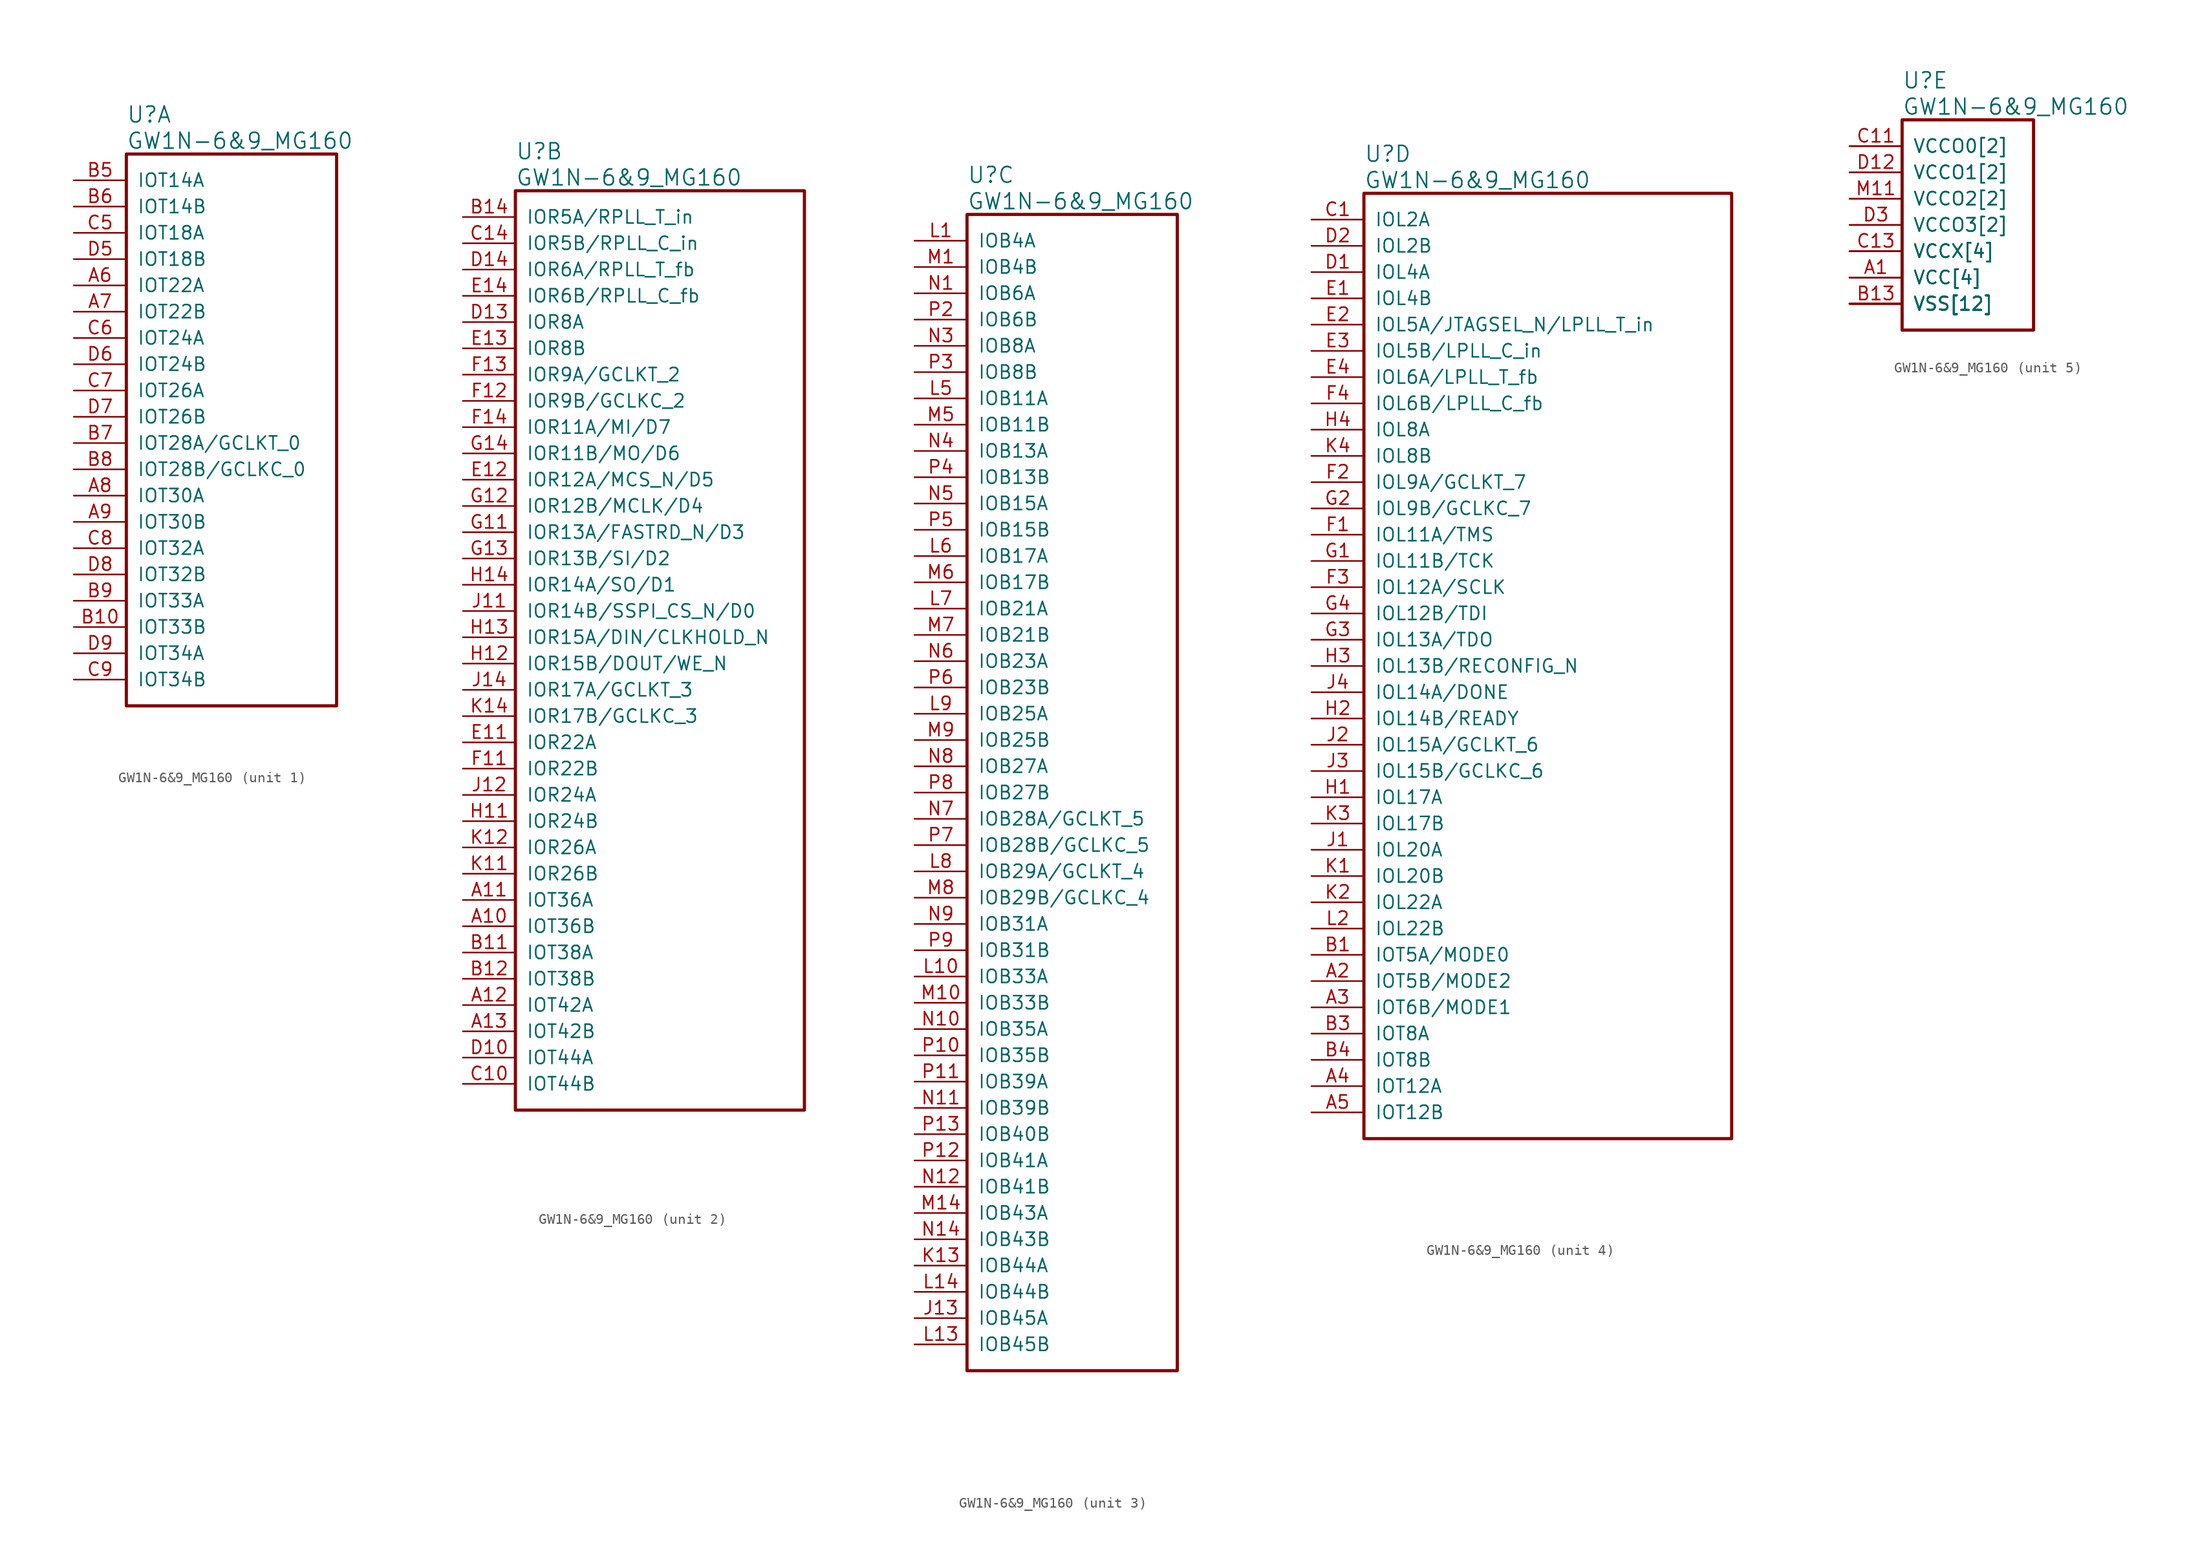
<source format=kicad_sym>
(kicad_symbol_lib
  (version 20220914)
  (generator kicad_symbol_editor)
  (symbol "GW1N-6&9_MG160"
    (pin_names
      (offset 1.016))
    (property "Reference" "U"
      (at 5.08 6.35 0)
      (effects (font (size 1.524 1.524)) (justify left)))
    (property "Value" "GW1N-6&9_MG160"
      (at 5.08 3.81 0)
      (effects (font (size 1.524 1.524)) (justify left)))
    (property "ki_locked" ""
      (at 0 0 0)
      (effects (font (size 1.27 1.27))))
    (symbol "GW1N-6&9_MG160_1_1"
      (rectangle (start 5.08 2.54) (end 25.4 -50.8) (stroke (width 0.305) (type solid)) (fill (type none)))
      (pin bidirectional line (at 0 -10.16 0) (length 5.08) (name "IOT22A" (effects (font (size 1.27 1.27)))) (number "A6" (effects (font (size 1.27 1.27)))))
      (pin bidirectional line (at 0 -12.7 0) (length 5.08) (name "IOT22B" (effects (font (size 1.27 1.27)))) (number "A7" (effects (font (size 1.27 1.27)))))
      (pin bidirectional line (at 0 -30.48 0) (length 5.08) (name "IOT30A" (effects (font (size 1.27 1.27)))) (number "A8" (effects (font (size 1.27 1.27)))))
      (pin bidirectional line (at 0 -33.02 0) (length 5.08) (name "IOT30B" (effects (font (size 1.27 1.27)))) (number "A9" (effects (font (size 1.27 1.27)))))
      (pin bidirectional line (at 0 -43.18 0) (length 5.08) (name "IOT33B" (effects (font (size 1.27 1.27)))) (number "B10" (effects (font (size 1.27 1.27)))))
      (pin bidirectional line (at 0 0 0) (length 5.08) (name "IOT14A" (effects (font (size 1.27 1.27)))) (number "B5" (effects (font (size 1.27 1.27)))))
      (pin bidirectional line (at 0 -2.54 0) (length 5.08) (name "IOT14B" (effects (font (size 1.27 1.27)))) (number "B6" (effects (font (size 1.27 1.27)))))
      (pin bidirectional line (at 0 -25.4 0) (length 5.08) (name "IOT28A/GCLKT_0" (effects (font (size 1.27 1.27)))) (number "B7" (effects (font (size 1.27 1.27)))))
      (pin bidirectional line (at 0 -27.94 0) (length 5.08) (name "IOT28B/GCLKC_0" (effects (font (size 1.27 1.27)))) (number "B8" (effects (font (size 1.27 1.27)))))
      (pin bidirectional line (at 0 -40.64 0) (length 5.08) (name "IOT33A" (effects (font (size 1.27 1.27)))) (number "B9" (effects (font (size 1.27 1.27)))))
      (pin bidirectional line (at 0 -5.08 0) (length 5.08) (name "IOT18A" (effects (font (size 1.27 1.27)))) (number "C5" (effects (font (size 1.27 1.27)))))
      (pin bidirectional line (at 0 -15.24 0) (length 5.08) (name "IOT24A" (effects (font (size 1.27 1.27)))) (number "C6" (effects (font (size 1.27 1.27)))))
      (pin bidirectional line (at 0 -20.32 0) (length 5.08) (name "IOT26A" (effects (font (size 1.27 1.27)))) (number "C7" (effects (font (size 1.27 1.27)))))
      (pin bidirectional line (at 0 -35.56 0) (length 5.08) (name "IOT32A" (effects (font (size 1.27 1.27)))) (number "C8" (effects (font (size 1.27 1.27)))))
      (pin bidirectional line (at 0 -48.26 0) (length 5.08) (name "IOT34B" (effects (font (size 1.27 1.27)))) (number "C9" (effects (font (size 1.27 1.27)))))
      (pin bidirectional line (at 0 -7.62 0) (length 5.08) (name "IOT18B" (effects (font (size 1.27 1.27)))) (number "D5" (effects (font (size 1.27 1.27)))))
      (pin bidirectional line (at 0 -17.78 0) (length 5.08) (name "IOT24B" (effects (font (size 1.27 1.27)))) (number "D6" (effects (font (size 1.27 1.27)))))
      (pin bidirectional line (at 0 -22.86 0) (length 5.08) (name "IOT26B" (effects (font (size 1.27 1.27)))) (number "D7" (effects (font (size 1.27 1.27)))))
      (pin bidirectional line (at 0 -38.1 0) (length 5.08) (name "IOT32B" (effects (font (size 1.27 1.27)))) (number "D8" (effects (font (size 1.27 1.27)))))
      (pin bidirectional line (at 0 -45.72 0) (length 5.08) (name "IOT34A" (effects (font (size 1.27 1.27)))) (number "D9" (effects (font (size 1.27 1.27))))))
    (symbol "GW1N-6&9_MG160_2_1"
      (rectangle (start 5.08 2.54) (end 33.02 -86.36) (stroke (width 0.305) (type solid)) (fill (type none)))
      (pin bidirectional line (at 0 -68.58 0) (length 5.08) (name "IOT36B" (effects (font (size 1.27 1.27)))) (number "A10" (effects (font (size 1.27 1.27)))))
      (pin bidirectional line (at 0 -66.04 0) (length 5.08) (name "IOT36A" (effects (font (size 1.27 1.27)))) (number "A11" (effects (font (size 1.27 1.27)))))
      (pin bidirectional line (at 0 -76.2 0) (length 5.08) (name "IOT42A" (effects (font (size 1.27 1.27)))) (number "A12" (effects (font (size 1.27 1.27)))))
      (pin bidirectional line (at 0 -78.74 0) (length 5.08) (name "IOT42B" (effects (font (size 1.27 1.27)))) (number "A13" (effects (font (size 1.27 1.27)))))
      (pin bidirectional line (at 0 -71.12 0) (length 5.08) (name "IOT38A" (effects (font (size 1.27 1.27)))) (number "B11" (effects (font (size 1.27 1.27)))))
      (pin bidirectional line (at 0 -73.66 0) (length 5.08) (name "IOT38B" (effects (font (size 1.27 1.27)))) (number "B12" (effects (font (size 1.27 1.27)))))
      (pin bidirectional line (at 0 0 0) (length 5.08) (name "IOR5A/RPLL_T_in" (effects (font (size 1.27 1.27)))) (number "B14" (effects (font (size 1.27 1.27)))))
      (pin bidirectional line (at 0 -83.82 0) (length 5.08) (name "IOT44B" (effects (font (size 1.27 1.27)))) (number "C10" (effects (font (size 1.27 1.27)))))
      (pin bidirectional line (at 0 -2.54 0) (length 5.08) (name "IOR5B/RPLL_C_in" (effects (font (size 1.27 1.27)))) (number "C14" (effects (font (size 1.27 1.27)))))
      (pin bidirectional line (at 0 -81.28 0) (length 5.08) (name "IOT44A" (effects (font (size 1.27 1.27)))) (number "D10" (effects (font (size 1.27 1.27)))))
      (pin bidirectional line (at 0 -10.16 0) (length 5.08) (name "IOR8A" (effects (font (size 1.27 1.27)))) (number "D13" (effects (font (size 1.27 1.27)))))
      (pin bidirectional line (at 0 -5.08 0) (length 5.08) (name "IOR6A/RPLL_T_fb" (effects (font (size 1.27 1.27)))) (number "D14" (effects (font (size 1.27 1.27)))))
      (pin bidirectional line (at 0 -50.8 0) (length 5.08) (name "IOR22A" (effects (font (size 1.27 1.27)))) (number "E11" (effects (font (size 1.27 1.27)))))
      (pin bidirectional line (at 0 -25.4 0) (length 5.08) (name "IOR12A/MCS_N/D5" (effects (font (size 1.27 1.27)))) (number "E12" (effects (font (size 1.27 1.27)))))
      (pin bidirectional line (at 0 -12.7 0) (length 5.08) (name "IOR8B" (effects (font (size 1.27 1.27)))) (number "E13" (effects (font (size 1.27 1.27)))))
      (pin bidirectional line (at 0 -7.62 0) (length 5.08) (name "IOR6B/RPLL_C_fb" (effects (font (size 1.27 1.27)))) (number "E14" (effects (font (size 1.27 1.27)))))
      (pin bidirectional line (at 0 -53.34 0) (length 5.08) (name "IOR22B" (effects (font (size 1.27 1.27)))) (number "F11" (effects (font (size 1.27 1.27)))))
      (pin bidirectional line (at 0 -17.78 0) (length 5.08) (name "IOR9B/GCLKC_2" (effects (font (size 1.27 1.27)))) (number "F12" (effects (font (size 1.27 1.27)))))
      (pin bidirectional line (at 0 -15.24 0) (length 5.08) (name "IOR9A/GCLKT_2" (effects (font (size 1.27 1.27)))) (number "F13" (effects (font (size 1.27 1.27)))))
      (pin bidirectional line (at 0 -20.32 0) (length 5.08) (name "IOR11A/MI/D7" (effects (font (size 1.27 1.27)))) (number "F14" (effects (font (size 1.27 1.27)))))
      (pin bidirectional line (at 0 -30.48 0) (length 5.08) (name "IOR13A/FASTRD_N/D3" (effects (font (size 1.27 1.27)))) (number "G11" (effects (font (size 1.27 1.27)))))
      (pin bidirectional line (at 0 -27.94 0) (length 5.08) (name "IOR12B/MCLK/D4" (effects (font (size 1.27 1.27)))) (number "G12" (effects (font (size 1.27 1.27)))))
      (pin bidirectional line (at 0 -33.02 0) (length 5.08) (name "IOR13B/SI/D2" (effects (font (size 1.27 1.27)))) (number "G13" (effects (font (size 1.27 1.27)))))
      (pin bidirectional line (at 0 -22.86 0) (length 5.08) (name "IOR11B/MO/D6" (effects (font (size 1.27 1.27)))) (number "G14" (effects (font (size 1.27 1.27)))))
      (pin bidirectional line (at 0 -58.42 0) (length 5.08) (name "IOR24B" (effects (font (size 1.27 1.27)))) (number "H11" (effects (font (size 1.27 1.27)))))
      (pin bidirectional line (at 0 -43.18 0) (length 5.08) (name "IOR15B/DOUT/WE_N" (effects (font (size 1.27 1.27)))) (number "H12" (effects (font (size 1.27 1.27)))))
      (pin bidirectional line (at 0 -40.64 0) (length 5.08) (name "IOR15A/DIN/CLKHOLD_N" (effects (font (size 1.27 1.27)))) (number "H13" (effects (font (size 1.27 1.27)))))
      (pin bidirectional line (at 0 -35.56 0) (length 5.08) (name "IOR14A/SO/D1" (effects (font (size 1.27 1.27)))) (number "H14" (effects (font (size 1.27 1.27)))))
      (pin bidirectional line (at 0 -38.1 0) (length 5.08) (name "IOR14B/SSPI_CS_N/D0" (effects (font (size 1.27 1.27)))) (number "J11" (effects (font (size 1.27 1.27)))))
      (pin bidirectional line (at 0 -55.88 0) (length 5.08) (name "IOR24A" (effects (font (size 1.27 1.27)))) (number "J12" (effects (font (size 1.27 1.27)))))
      (pin bidirectional line (at 0 -45.72 0) (length 5.08) (name "IOR17A/GCLKT_3" (effects (font (size 1.27 1.27)))) (number "J14" (effects (font (size 1.27 1.27)))))
      (pin bidirectional line (at 0 -63.5 0) (length 5.08) (name "IOR26B" (effects (font (size 1.27 1.27)))) (number "K11" (effects (font (size 1.27 1.27)))))
      (pin bidirectional line (at 0 -60.96 0) (length 5.08) (name "IOR26A" (effects (font (size 1.27 1.27)))) (number "K12" (effects (font (size 1.27 1.27)))))
      (pin bidirectional line (at 0 -48.26 0) (length 5.08) (name "IOR17B/GCLKC_3" (effects (font (size 1.27 1.27)))) (number "K14" (effects (font (size 1.27 1.27))))))
    (symbol "GW1N-6&9_MG160_3_1"
      (rectangle (start 5.08 2.54) (end 25.4 -109.22) (stroke (width 0.305) (type solid)) (fill (type none)))
      (pin bidirectional line (at 0 -104.14 0) (length 5.08) (name "IOB45A" (effects (font (size 1.27 1.27)))) (number "J13" (effects (font (size 1.27 1.27)))))
      (pin bidirectional line (at 0 -99.06 0) (length 5.08) (name "IOB44A" (effects (font (size 1.27 1.27)))) (number "K13" (effects (font (size 1.27 1.27)))))
      (pin bidirectional line (at 0 0 0) (length 5.08) (name "IOB4A" (effects (font (size 1.27 1.27)))) (number "L1" (effects (font (size 1.27 1.27)))))
      (pin bidirectional line (at 0 -71.12 0) (length 5.08) (name "IOB33A" (effects (font (size 1.27 1.27)))) (number "L10" (effects (font (size 1.27 1.27)))))
      (pin bidirectional line (at 0 -106.68 0) (length 5.08) (name "IOB45B" (effects (font (size 1.27 1.27)))) (number "L13" (effects (font (size 1.27 1.27)))))
      (pin bidirectional line (at 0 -101.6 0) (length 5.08) (name "IOB44B" (effects (font (size 1.27 1.27)))) (number "L14" (effects (font (size 1.27 1.27)))))
      (pin bidirectional line (at 0 -15.24 0) (length 5.08) (name "IOB11A" (effects (font (size 1.27 1.27)))) (number "L5" (effects (font (size 1.27 1.27)))))
      (pin bidirectional line (at 0 -30.48 0) (length 5.08) (name "IOB17A" (effects (font (size 1.27 1.27)))) (number "L6" (effects (font (size 1.27 1.27)))))
      (pin bidirectional line (at 0 -35.56 0) (length 5.08) (name "IOB21A" (effects (font (size 1.27 1.27)))) (number "L7" (effects (font (size 1.27 1.27)))))
      (pin bidirectional line (at 0 -60.96 0) (length 5.08) (name "IOB29A/GCLKT_4" (effects (font (size 1.27 1.27)))) (number "L8" (effects (font (size 1.27 1.27)))))
      (pin bidirectional line (at 0 -45.72 0) (length 5.08) (name "IOB25A" (effects (font (size 1.27 1.27)))) (number "L9" (effects (font (size 1.27 1.27)))))
      (pin bidirectional line (at 0 -2.54 0) (length 5.08) (name "IOB4B" (effects (font (size 1.27 1.27)))) (number "M1" (effects (font (size 1.27 1.27)))))
      (pin bidirectional line (at 0 -73.66 0) (length 5.08) (name "IOB33B" (effects (font (size 1.27 1.27)))) (number "M10" (effects (font (size 1.27 1.27)))))
      (pin bidirectional line (at 0 -93.98 0) (length 5.08) (name "IOB43A" (effects (font (size 1.27 1.27)))) (number "M14" (effects (font (size 1.27 1.27)))))
      (pin bidirectional line (at 0 -17.78 0) (length 5.08) (name "IOB11B" (effects (font (size 1.27 1.27)))) (number "M5" (effects (font (size 1.27 1.27)))))
      (pin bidirectional line (at 0 -33.02 0) (length 5.08) (name "IOB17B" (effects (font (size 1.27 1.27)))) (number "M6" (effects (font (size 1.27 1.27)))))
      (pin bidirectional line (at 0 -38.1 0) (length 5.08) (name "IOB21B" (effects (font (size 1.27 1.27)))) (number "M7" (effects (font (size 1.27 1.27)))))
      (pin bidirectional line (at 0 -63.5 0) (length 5.08) (name "IOB29B/GCLKC_4" (effects (font (size 1.27 1.27)))) (number "M8" (effects (font (size 1.27 1.27)))))
      (pin bidirectional line (at 0 -48.26 0) (length 5.08) (name "IOB25B" (effects (font (size 1.27 1.27)))) (number "M9" (effects (font (size 1.27 1.27)))))
      (pin bidirectional line (at 0 -5.08 0) (length 5.08) (name "IOB6A" (effects (font (size 1.27 1.27)))) (number "N1" (effects (font (size 1.27 1.27)))))
      (pin bidirectional line (at 0 -76.2 0) (length 5.08) (name "IOB35A" (effects (font (size 1.27 1.27)))) (number "N10" (effects (font (size 1.27 1.27)))))
      (pin bidirectional line (at 0 -83.82 0) (length 5.08) (name "IOB39B" (effects (font (size 1.27 1.27)))) (number "N11" (effects (font (size 1.27 1.27)))))
      (pin bidirectional line (at 0 -91.44 0) (length 5.08) (name "IOB41B" (effects (font (size 1.27 1.27)))) (number "N12" (effects (font (size 1.27 1.27)))))
      (pin bidirectional line (at 0 -96.52 0) (length 5.08) (name "IOB43B" (effects (font (size 1.27 1.27)))) (number "N14" (effects (font (size 1.27 1.27)))))
      (pin bidirectional line (at 0 -10.16 0) (length 5.08) (name "IOB8A" (effects (font (size 1.27 1.27)))) (number "N3" (effects (font (size 1.27 1.27)))))
      (pin bidirectional line (at 0 -20.32 0) (length 5.08) (name "IOB13A" (effects (font (size 1.27 1.27)))) (number "N4" (effects (font (size 1.27 1.27)))))
      (pin bidirectional line (at 0 -25.4 0) (length 5.08) (name "IOB15A" (effects (font (size 1.27 1.27)))) (number "N5" (effects (font (size 1.27 1.27)))))
      (pin bidirectional line (at 0 -40.64 0) (length 5.08) (name "IOB23A" (effects (font (size 1.27 1.27)))) (number "N6" (effects (font (size 1.27 1.27)))))
      (pin bidirectional line (at 0 -55.88 0) (length 5.08) (name "IOB28A/GCLKT_5" (effects (font (size 1.27 1.27)))) (number "N7" (effects (font (size 1.27 1.27)))))
      (pin bidirectional line (at 0 -50.8 0) (length 5.08) (name "IOB27A" (effects (font (size 1.27 1.27)))) (number "N8" (effects (font (size 1.27 1.27)))))
      (pin bidirectional line (at 0 -66.04 0) (length 5.08) (name "IOB31A" (effects (font (size 1.27 1.27)))) (number "N9" (effects (font (size 1.27 1.27)))))
      (pin bidirectional line (at 0 -78.74 0) (length 5.08) (name "IOB35B" (effects (font (size 1.27 1.27)))) (number "P10" (effects (font (size 1.27 1.27)))))
      (pin bidirectional line (at 0 -81.28 0) (length 5.08) (name "IOB39A" (effects (font (size 1.27 1.27)))) (number "P11" (effects (font (size 1.27 1.27)))))
      (pin bidirectional line (at 0 -88.9 0) (length 5.08) (name "IOB41A" (effects (font (size 1.27 1.27)))) (number "P12" (effects (font (size 1.27 1.27)))))
      (pin bidirectional line (at 0 -86.36 0) (length 5.08) (name "IOB40B" (effects (font (size 1.27 1.27)))) (number "P13" (effects (font (size 1.27 1.27)))))
      (pin bidirectional line (at 0 -7.62 0) (length 5.08) (name "IOB6B" (effects (font (size 1.27 1.27)))) (number "P2" (effects (font (size 1.27 1.27)))))
      (pin bidirectional line (at 0 -12.7 0) (length 5.08) (name "IOB8B" (effects (font (size 1.27 1.27)))) (number "P3" (effects (font (size 1.27 1.27)))))
      (pin bidirectional line (at 0 -22.86 0) (length 5.08) (name "IOB13B" (effects (font (size 1.27 1.27)))) (number "P4" (effects (font (size 1.27 1.27)))))
      (pin bidirectional line (at 0 -27.94 0) (length 5.08) (name "IOB15B" (effects (font (size 1.27 1.27)))) (number "P5" (effects (font (size 1.27 1.27)))))
      (pin bidirectional line (at 0 -43.18 0) (length 5.08) (name "IOB23B" (effects (font (size 1.27 1.27)))) (number "P6" (effects (font (size 1.27 1.27)))))
      (pin bidirectional line (at 0 -58.42 0) (length 5.08) (name "IOB28B/GCLKC_5" (effects (font (size 1.27 1.27)))) (number "P7" (effects (font (size 1.27 1.27)))))
      (pin bidirectional line (at 0 -53.34 0) (length 5.08) (name "IOB27B" (effects (font (size 1.27 1.27)))) (number "P8" (effects (font (size 1.27 1.27)))))
      (pin bidirectional line (at 0 -68.58 0) (length 5.08) (name "IOB31B" (effects (font (size 1.27 1.27)))) (number "P9" (effects (font (size 1.27 1.27))))))
    (symbol "GW1N-6&9_MG160_4_1"
      (rectangle (start 5.08 2.54) (end 40.64 -88.9) (stroke (width 0.305) (type solid)) (fill (type none)))
      (pin bidirectional line (at 0 -73.66 0) (length 5.08) (name "IOT5B/MODE2" (effects (font (size 1.27 1.27)))) (number "A2" (effects (font (size 1.27 1.27)))))
      (pin bidirectional line (at 0 -76.2 0) (length 5.08) (name "IOT6B/MODE1" (effects (font (size 1.27 1.27)))) (number "A3" (effects (font (size 1.27 1.27)))))
      (pin bidirectional line (at 0 -83.82 0) (length 5.08) (name "IOT12A" (effects (font (size 1.27 1.27)))) (number "A4" (effects (font (size 1.27 1.27)))))
      (pin bidirectional line (at 0 -86.36 0) (length 5.08) (name "IOT12B" (effects (font (size 1.27 1.27)))) (number "A5" (effects (font (size 1.27 1.27)))))
      (pin bidirectional line (at 0 -71.12 0) (length 5.08) (name "IOT5A/MODE0" (effects (font (size 1.27 1.27)))) (number "B1" (effects (font (size 1.27 1.27)))))
      (pin bidirectional line (at 0 -78.74 0) (length 5.08) (name "IOT8A" (effects (font (size 1.27 1.27)))) (number "B3" (effects (font (size 1.27 1.27)))))
      (pin bidirectional line (at 0 -81.28 0) (length 5.08) (name "IOT8B" (effects (font (size 1.27 1.27)))) (number "B4" (effects (font (size 1.27 1.27)))))
      (pin bidirectional line (at 0 0 0) (length 5.08) (name "IOL2A" (effects (font (size 1.27 1.27)))) (number "C1" (effects (font (size 1.27 1.27)))))
      (pin bidirectional line (at 0 -5.08 0) (length 5.08) (name "IOL4A" (effects (font (size 1.27 1.27)))) (number "D1" (effects (font (size 1.27 1.27)))))
      (pin bidirectional line (at 0 -2.54 0) (length 5.08) (name "IOL2B" (effects (font (size 1.27 1.27)))) (number "D2" (effects (font (size 1.27 1.27)))))
      (pin bidirectional line (at 0 -7.62 0) (length 5.08) (name "IOL4B" (effects (font (size 1.27 1.27)))) (number "E1" (effects (font (size 1.27 1.27)))))
      (pin bidirectional line (at 0 -10.16 0) (length 5.08) (name "IOL5A/JTAGSEL_N/LPLL_T_in" (effects (font (size 1.27 1.27)))) (number "E2" (effects (font (size 1.27 1.27)))))
      (pin bidirectional line (at 0 -12.7 0) (length 5.08) (name "IOL5B/LPLL_C_in" (effects (font (size 1.27 1.27)))) (number "E3" (effects (font (size 1.27 1.27)))))
      (pin bidirectional line (at 0 -15.24 0) (length 5.08) (name "IOL6A/LPLL_T_fb" (effects (font (size 1.27 1.27)))) (number "E4" (effects (font (size 1.27 1.27)))))
      (pin bidirectional line (at 0 -30.48 0) (length 5.08) (name "IOL11A/TMS" (effects (font (size 1.27 1.27)))) (number "F1" (effects (font (size 1.27 1.27)))))
      (pin bidirectional line (at 0 -25.4 0) (length 5.08) (name "IOL9A/GCLKT_7" (effects (font (size 1.27 1.27)))) (number "F2" (effects (font (size 1.27 1.27)))))
      (pin bidirectional line (at 0 -35.56 0) (length 5.08) (name "IOL12A/SCLK" (effects (font (size 1.27 1.27)))) (number "F3" (effects (font (size 1.27 1.27)))))
      (pin bidirectional line (at 0 -17.78 0) (length 5.08) (name "IOL6B/LPLL_C_fb" (effects (font (size 1.27 1.27)))) (number "F4" (effects (font (size 1.27 1.27)))))
      (pin bidirectional line (at 0 -33.02 0) (length 5.08) (name "IOL11B/TCK" (effects (font (size 1.27 1.27)))) (number "G1" (effects (font (size 1.27 1.27)))))
      (pin bidirectional line (at 0 -27.94 0) (length 5.08) (name "IOL9B/GCLKC_7" (effects (font (size 1.27 1.27)))) (number "G2" (effects (font (size 1.27 1.27)))))
      (pin bidirectional line (at 0 -40.64 0) (length 5.08) (name "IOL13A/TDO" (effects (font (size 1.27 1.27)))) (number "G3" (effects (font (size 1.27 1.27)))))
      (pin bidirectional line (at 0 -38.1 0) (length 5.08) (name "IOL12B/TDI" (effects (font (size 1.27 1.27)))) (number "G4" (effects (font (size 1.27 1.27)))))
      (pin bidirectional line (at 0 -55.88 0) (length 5.08) (name "IOL17A" (effects (font (size 1.27 1.27)))) (number "H1" (effects (font (size 1.27 1.27)))))
      (pin bidirectional line (at 0 -48.26 0) (length 5.08) (name "IOL14B/READY" (effects (font (size 1.27 1.27)))) (number "H2" (effects (font (size 1.27 1.27)))))
      (pin bidirectional line (at 0 -43.18 0) (length 5.08) (name "IOL13B/RECONFIG_N" (effects (font (size 1.27 1.27)))) (number "H3" (effects (font (size 1.27 1.27)))))
      (pin bidirectional line (at 0 -20.32 0) (length 5.08) (name "IOL8A" (effects (font (size 1.27 1.27)))) (number "H4" (effects (font (size 1.27 1.27)))))
      (pin bidirectional line (at 0 -60.96 0) (length 5.08) (name "IOL20A" (effects (font (size 1.27 1.27)))) (number "J1" (effects (font (size 1.27 1.27)))))
      (pin bidirectional line (at 0 -50.8 0) (length 5.08) (name "IOL15A/GCLKT_6" (effects (font (size 1.27 1.27)))) (number "J2" (effects (font (size 1.27 1.27)))))
      (pin bidirectional line (at 0 -53.34 0) (length 5.08) (name "IOL15B/GCLKC_6" (effects (font (size 1.27 1.27)))) (number "J3" (effects (font (size 1.27 1.27)))))
      (pin bidirectional line (at 0 -45.72 0) (length 5.08) (name "IOL14A/DONE" (effects (font (size 1.27 1.27)))) (number "J4" (effects (font (size 1.27 1.27)))))
      (pin bidirectional line (at 0 -63.5 0) (length 5.08) (name "IOL20B" (effects (font (size 1.27 1.27)))) (number "K1" (effects (font (size 1.27 1.27)))))
      (pin bidirectional line (at 0 -66.04 0) (length 5.08) (name "IOL22A" (effects (font (size 1.27 1.27)))) (number "K2" (effects (font (size 1.27 1.27)))))
      (pin bidirectional line (at 0 -58.42 0) (length 5.08) (name "IOL17B" (effects (font (size 1.27 1.27)))) (number "K3" (effects (font (size 1.27 1.27)))))
      (pin bidirectional line (at 0 -22.86 0) (length 5.08) (name "IOL8B" (effects (font (size 1.27 1.27)))) (number "K4" (effects (font (size 1.27 1.27)))))
      (pin bidirectional line (at 0 -68.58 0) (length 5.08) (name "IOL22B" (effects (font (size 1.27 1.27)))) (number "L2" (effects (font (size 1.27 1.27))))))
    (symbol "GW1N-6&9_MG160_5_1"
      (rectangle (start 5.08 2.54) (end 17.78 -17.78) (stroke (width 0.305) (type solid)) (fill (type none)))
      (pin power_in line (at 0 -12.7 0) (length 5.08) (name "VCC[4]" (effects (font (size 1.27 1.27)))) (number "A1" (effects (font (size 1.27 1.27)))))
      (pin power_in line (at 0 -12.7 0) (length 5.08) (name "VCC[4]" (effects (font (size 1.27 1.27)))) (number "A14" (effects (font (size 0 0)))))
      (pin power_in line (at 0 -15.24 0) (length 5.08) (name "VSS[12]" (effects (font (size 1.27 1.27)))) (number "B13" (effects (font (size 1.27 1.27)))))
      (pin power_in line (at 0 -15.24 0) (length 5.08) (name "VSS[12]" (effects (font (size 1.27 1.27)))) (number "B2" (effects (font (size 0 0)))))
      (pin power_in line (at 0 0 0) (length 5.08) (name "VCCO0[2]" (effects (font (size 1.27 1.27)))) (number "C11" (effects (font (size 1.27 1.27)))))
      (pin power_in line (at 0 -15.24 0) (length 5.08) (name "VSS[12]" (effects (font (size 1.27 1.27)))) (number "C12" (effects (font (size 0 0)))))
      (pin power_in line (at 0 -10.16 0) (length 5.08) (name "VCCX[4]" (effects (font (size 1.27 1.27)))) (number "C13" (effects (font (size 1.27 1.27)))))
      (pin power_in line (at 0 -10.16 0) (length 5.08) (name "VCCX[4]" (effects (font (size 1.27 1.27)))) (number "C2" (effects (font (size 0 0)))))
      (pin power_in line (at 0 -15.24 0) (length 5.08) (name "VSS[12]" (effects (font (size 1.27 1.27)))) (number "C3" (effects (font (size 0 0)))))
      (pin power_in line (at 0 0 0) (length 5.08) (name "VCCO0[2]" (effects (font (size 1.27 1.27)))) (number "C4" (effects (font (size 0 0)))))
      (pin power_in line (at 0 -15.24 0) (length 5.08) (name "VSS[12]" (effects (font (size 1.27 1.27)))) (number "D11" (effects (font (size 0 0)))))
      (pin power_in line (at 0 -2.54 0) (length 5.08) (name "VCCO1[2]" (effects (font (size 1.27 1.27)))) (number "D12" (effects (font (size 1.27 1.27)))))
      (pin power_in line (at 0 -7.62 0) (length 5.08) (name "VCCO3[2]" (effects (font (size 1.27 1.27)))) (number "D3" (effects (font (size 1.27 1.27)))))
      (pin power_in line (at 0 -15.24 0) (length 5.08) (name "VSS[12]" (effects (font (size 1.27 1.27)))) (number "D4" (effects (font (size 0 0)))))
      (pin power_in line (at 0 -15.24 0) (length 5.08) (name "VSS[12]" (effects (font (size 1.27 1.27)))) (number "L11" (effects (font (size 0 0)))))
      (pin power_in line (at 0 -2.54 0) (length 5.08) (name "VCCO1[2]" (effects (font (size 1.27 1.27)))) (number "L12" (effects (font (size 0 0)))))
      (pin power_in line (at 0 -7.62 0) (length 5.08) (name "VCCO3[2]" (effects (font (size 1.27 1.27)))) (number "L3" (effects (font (size 0 0)))))
      (pin power_in line (at 0 -15.24 0) (length 5.08) (name "VSS[12]" (effects (font (size 1.27 1.27)))) (number "L4" (effects (font (size 0 0)))))
      (pin power_in line (at 0 -5.08 0) (length 5.08) (name "VCCO2[2]" (effects (font (size 1.27 1.27)))) (number "M11" (effects (font (size 1.27 1.27)))))
      (pin power_in line (at 0 -15.24 0) (length 5.08) (name "VSS[12]" (effects (font (size 1.27 1.27)))) (number "M12" (effects (font (size 0 0)))))
      (pin power_in line (at 0 -10.16 0) (length 5.08) (name "VCCX[4]" (effects (font (size 1.27 1.27)))) (number "M13" (effects (font (size 0 0)))))
      (pin power_in line (at 0 -10.16 0) (length 5.08) (name "VCCX[4]" (effects (font (size 1.27 1.27)))) (number "M2" (effects (font (size 0 0)))))
      (pin power_in line (at 0 -15.24 0) (length 5.08) (name "VSS[12]" (effects (font (size 1.27 1.27)))) (number "M3" (effects (font (size 0 0)))))
      (pin power_in line (at 0 -5.08 0) (length 5.08) (name "VCCO2[2]" (effects (font (size 1.27 1.27)))) (number "M4" (effects (font (size 0 0)))))
      (pin power_in line (at 0 -15.24 0) (length 5.08) (name "VSS[12]" (effects (font (size 1.27 1.27)))) (number "N13" (effects (font (size 0 0)))))
      (pin power_in line (at 0 -15.24 0) (length 5.08) (name "VSS[12]" (effects (font (size 1.27 1.27)))) (number "N2" (effects (font (size 0 0)))))
      (pin power_in line (at 0 -12.7 0) (length 5.08) (name "VCC[4]" (effects (font (size 1.27 1.27)))) (number "P1" (effects (font (size 0 0)))))
      (pin power_in line (at 0 -12.7 0) (length 5.08) (name "VCC[4]" (effects (font (size 1.27 1.27)))) (number "P14" (effects (font (size 0 0))))))))
</source>
